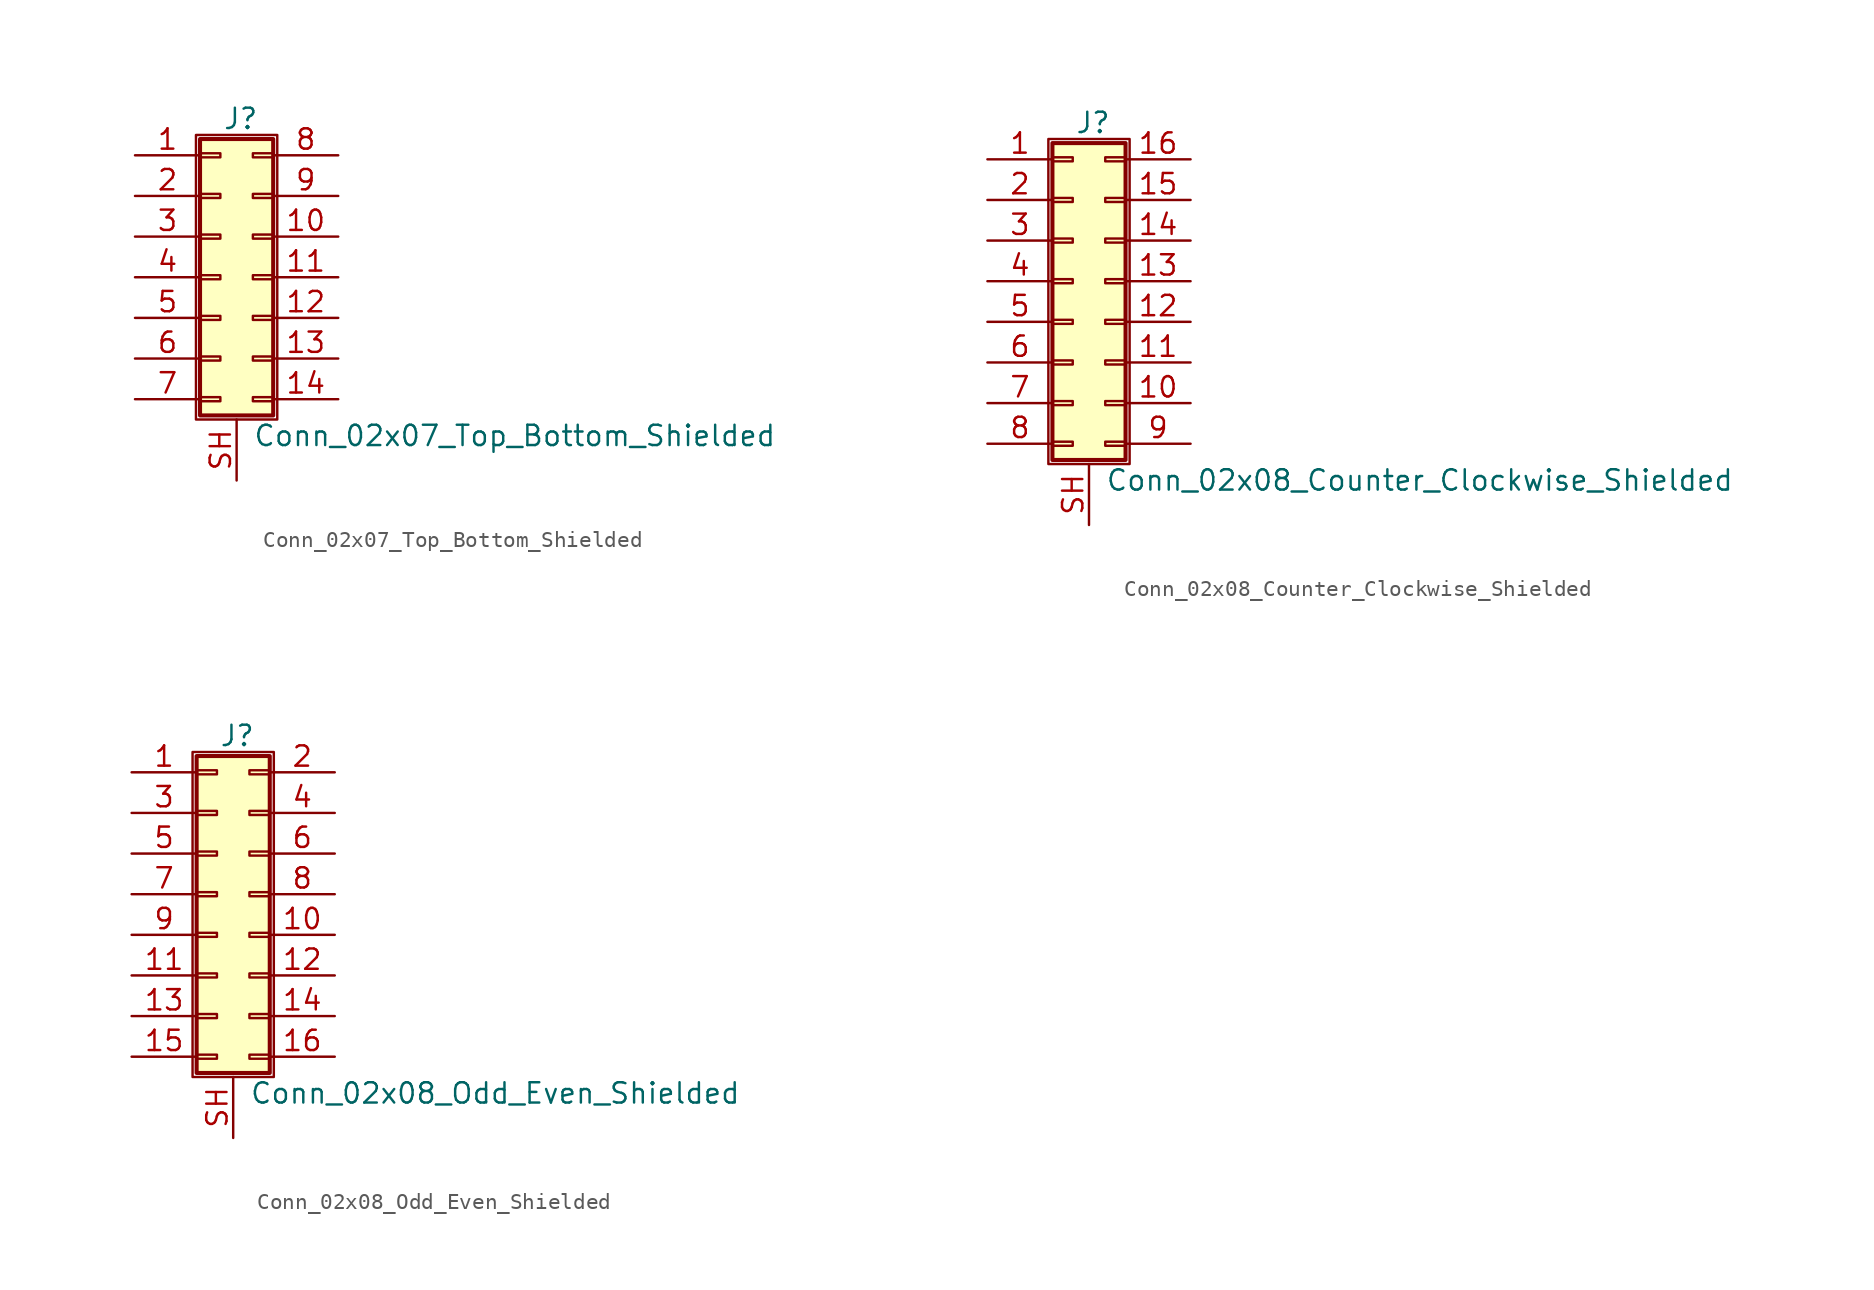
<source format=kicad_sym>
(kicad_symbol_lib
  (version 20201005)
  (generator kicad_symbol_editor)
  (symbol "Conn_02x07_Top_Bottom_Shielded"
    (pin_names
      (offset 1.016) hide)
    (property "Reference" "J"
      (at 1.524 9.906 0)
      (effects (font (size 1.27 1.27))))
    (property "Value" "Conn_02x07_Top_Bottom_Shielded"
      (at 2.286 -9.906 0)
      (effects (font (size 1.27 1.27)) (justify left)))
    (symbol "Conn_02x07_Top_Bottom_Shielded_1_1"
      (rectangle (start -1.27 8.89) (end 3.81 -8.89) (stroke (width 0.152)) (fill (type none)))
      (rectangle (start -1.016 -7.493) (end 0.254 -7.747) (stroke (width 0.152)) (fill (type none)))
      (rectangle (start -1.016 -4.953) (end 0.254 -5.207) (stroke (width 0.152)) (fill (type none)))
      (rectangle (start -1.016 -2.413) (end 0.254 -2.667) (stroke (width 0.152)) (fill (type none)))
      (rectangle (start -1.016 0.127) (end 0.254 -0.127) (stroke (width 0.152)) (fill (type none)))
      (rectangle (start -1.016 2.667) (end 0.254 2.413) (stroke (width 0.152)) (fill (type none)))
      (rectangle (start -1.016 5.207) (end 0.254 4.953) (stroke (width 0.152)) (fill (type none)))
      (rectangle (start -1.016 7.747) (end 0.254 7.493) (stroke (width 0.152)) (fill (type none)))
      (rectangle (start 3.556 -7.493) (end 2.286 -7.747) (stroke (width 0.152)) (fill (type none)))
      (rectangle (start 3.556 -4.953) (end 2.286 -5.207) (stroke (width 0.152)) (fill (type none)))
      (rectangle (start 3.556 -2.413) (end 2.286 -2.667) (stroke (width 0.152)) (fill (type none)))
      (rectangle (start 3.556 0.127) (end 2.286 -0.127) (stroke (width 0.152)) (fill (type none)))
      (rectangle (start 3.556 2.667) (end 2.286 2.413) (stroke (width 0.152)) (fill (type none)))
      (rectangle (start 3.556 5.207) (end 2.286 4.953) (stroke (width 0.152)) (fill (type none)))
      (rectangle (start 3.556 7.747) (end 2.286 7.493) (stroke (width 0.152)) (fill (type none)))
      (rectangle (start -1.016 8.636) (end 3.556 -8.636) (stroke (width 0.254)) (fill (type background)))
      (pin passive line (at -5.08 7.62 0) (length 4.064) (name "Pin_1" (effects (font (size 1.27 1.27)))) (number "1" (effects (font (size 1.27 1.27)))))
      (pin passive line (at 7.62 2.54 180) (length 4.064) (name "Pin_10" (effects (font (size 1.27 1.27)))) (number "10" (effects (font (size 1.27 1.27)))))
      (pin passive line (at 7.62 0 180) (length 4.064) (name "Pin_11" (effects (font (size 1.27 1.27)))) (number "11" (effects (font (size 1.27 1.27)))))
      (pin passive line (at 7.62 -2.54 180) (length 4.064) (name "Pin_12" (effects (font (size 1.27 1.27)))) (number "12" (effects (font (size 1.27 1.27)))))
      (pin passive line (at 7.62 -5.08 180) (length 4.064) (name "Pin_13" (effects (font (size 1.27 1.27)))) (number "13" (effects (font (size 1.27 1.27)))))
      (pin passive line (at 7.62 -7.62 180) (length 4.064) (name "Pin_14" (effects (font (size 1.27 1.27)))) (number "14" (effects (font (size 1.27 1.27)))))
      (pin passive line (at -5.08 5.08 0) (length 4.064) (name "Pin_2" (effects (font (size 1.27 1.27)))) (number "2" (effects (font (size 1.27 1.27)))))
      (pin passive line (at -5.08 2.54 0) (length 4.064) (name "Pin_3" (effects (font (size 1.27 1.27)))) (number "3" (effects (font (size 1.27 1.27)))))
      (pin passive line (at -5.08 0 0) (length 4.064) (name "Pin_4" (effects (font (size 1.27 1.27)))) (number "4" (effects (font (size 1.27 1.27)))))
      (pin passive line (at -5.08 -2.54 0) (length 4.064) (name "Pin_5" (effects (font (size 1.27 1.27)))) (number "5" (effects (font (size 1.27 1.27)))))
      (pin passive line (at -5.08 -5.08 0) (length 4.064) (name "Pin_6" (effects (font (size 1.27 1.27)))) (number "6" (effects (font (size 1.27 1.27)))))
      (pin passive line (at -5.08 -7.62 0) (length 4.064) (name "Pin_7" (effects (font (size 1.27 1.27)))) (number "7" (effects (font (size 1.27 1.27)))))
      (pin passive line (at 7.62 7.62 180) (length 4.064) (name "Pin_8" (effects (font (size 1.27 1.27)))) (number "8" (effects (font (size 1.27 1.27)))))
      (pin passive line (at 7.62 5.08 180) (length 4.064) (name "Pin_9" (effects (font (size 1.27 1.27)))) (number "9" (effects (font (size 1.27 1.27)))))
      (pin passive line (at 1.27 -12.7 90) (length 3.81) (name "Shield" (effects (font (size 1.27 1.27)))) (number "SH" (effects (font (size 1.27 1.27)))))))
  (symbol "Conn_02x08_Counter_Clockwise_Shielded"
    (pin_names
      (offset 1.016) hide)
    (property "Reference" "J"
      (at 1.524 9.906 0)
      (effects (font (size 1.27 1.27))))
    (property "Value" "Conn_02x08_Counter_Clockwise_Shielded"
      (at 2.286 -12.446 0)
      (effects (font (size 1.27 1.27)) (justify left)))
    (symbol "Conn_02x08_Counter_Clockwise_Shielded_1_1"
      (rectangle (start -1.27 8.89) (end 3.81 -11.43) (stroke (width 0.152)) (fill (type none)))
      (rectangle (start -1.016 -10.033) (end 0.254 -10.287) (stroke (width 0.152)) (fill (type none)))
      (rectangle (start -1.016 -7.493) (end 0.254 -7.747) (stroke (width 0.152)) (fill (type none)))
      (rectangle (start -1.016 -4.953) (end 0.254 -5.207) (stroke (width 0.152)) (fill (type none)))
      (rectangle (start -1.016 -2.413) (end 0.254 -2.667) (stroke (width 0.152)) (fill (type none)))
      (rectangle (start -1.016 0.127) (end 0.254 -0.127) (stroke (width 0.152)) (fill (type none)))
      (rectangle (start -1.016 2.667) (end 0.254 2.413) (stroke (width 0.152)) (fill (type none)))
      (rectangle (start -1.016 5.207) (end 0.254 4.953) (stroke (width 0.152)) (fill (type none)))
      (rectangle (start -1.016 7.747) (end 0.254 7.493) (stroke (width 0.152)) (fill (type none)))
      (rectangle (start 3.556 -10.033) (end 2.286 -10.287) (stroke (width 0.152)) (fill (type none)))
      (rectangle (start 3.556 -7.493) (end 2.286 -7.747) (stroke (width 0.152)) (fill (type none)))
      (rectangle (start 3.556 -4.953) (end 2.286 -5.207) (stroke (width 0.152)) (fill (type none)))
      (rectangle (start 3.556 -2.413) (end 2.286 -2.667) (stroke (width 0.152)) (fill (type none)))
      (rectangle (start 3.556 0.127) (end 2.286 -0.127) (stroke (width 0.152)) (fill (type none)))
      (rectangle (start 3.556 2.667) (end 2.286 2.413) (stroke (width 0.152)) (fill (type none)))
      (rectangle (start 3.556 5.207) (end 2.286 4.953) (stroke (width 0.152)) (fill (type none)))
      (rectangle (start 3.556 7.747) (end 2.286 7.493) (stroke (width 0.152)) (fill (type none)))
      (rectangle (start -1.016 8.636) (end 3.556 -11.176) (stroke (width 0.254)) (fill (type background)))
      (pin passive line (at -5.08 7.62 0) (length 4.064) (name "Pin_1" (effects (font (size 1.27 1.27)))) (number "1" (effects (font (size 1.27 1.27)))))
      (pin passive line (at 7.62 -7.62 180) (length 4.064) (name "Pin_10" (effects (font (size 1.27 1.27)))) (number "10" (effects (font (size 1.27 1.27)))))
      (pin passive line (at 7.62 -5.08 180) (length 4.064) (name "Pin_11" (effects (font (size 1.27 1.27)))) (number "11" (effects (font (size 1.27 1.27)))))
      (pin passive line (at 7.62 -2.54 180) (length 4.064) (name "Pin_12" (effects (font (size 1.27 1.27)))) (number "12" (effects (font (size 1.27 1.27)))))
      (pin passive line (at 7.62 0 180) (length 4.064) (name "Pin_13" (effects (font (size 1.27 1.27)))) (number "13" (effects (font (size 1.27 1.27)))))
      (pin passive line (at 7.62 2.54 180) (length 4.064) (name "Pin_14" (effects (font (size 1.27 1.27)))) (number "14" (effects (font (size 1.27 1.27)))))
      (pin passive line (at 7.62 5.08 180) (length 4.064) (name "Pin_15" (effects (font (size 1.27 1.27)))) (number "15" (effects (font (size 1.27 1.27)))))
      (pin passive line (at 7.62 7.62 180) (length 4.064) (name "Pin_16" (effects (font (size 1.27 1.27)))) (number "16" (effects (font (size 1.27 1.27)))))
      (pin passive line (at -5.08 5.08 0) (length 4.064) (name "Pin_2" (effects (font (size 1.27 1.27)))) (number "2" (effects (font (size 1.27 1.27)))))
      (pin passive line (at -5.08 2.54 0) (length 4.064) (name "Pin_3" (effects (font (size 1.27 1.27)))) (number "3" (effects (font (size 1.27 1.27)))))
      (pin passive line (at -5.08 0 0) (length 4.064) (name "Pin_4" (effects (font (size 1.27 1.27)))) (number "4" (effects (font (size 1.27 1.27)))))
      (pin passive line (at -5.08 -2.54 0) (length 4.064) (name "Pin_5" (effects (font (size 1.27 1.27)))) (number "5" (effects (font (size 1.27 1.27)))))
      (pin passive line (at -5.08 -5.08 0) (length 4.064) (name "Pin_6" (effects (font (size 1.27 1.27)))) (number "6" (effects (font (size 1.27 1.27)))))
      (pin passive line (at -5.08 -7.62 0) (length 4.064) (name "Pin_7" (effects (font (size 1.27 1.27)))) (number "7" (effects (font (size 1.27 1.27)))))
      (pin passive line (at -5.08 -10.16 0) (length 4.064) (name "Pin_8" (effects (font (size 1.27 1.27)))) (number "8" (effects (font (size 1.27 1.27)))))
      (pin passive line (at 7.62 -10.16 180) (length 4.064) (name "Pin_9" (effects (font (size 1.27 1.27)))) (number "9" (effects (font (size 1.27 1.27)))))
      (pin passive line (at 1.27 -15.24 90) (length 3.81) (name "Shield" (effects (font (size 1.27 1.27)))) (number "SH" (effects (font (size 1.27 1.27)))))))
  (symbol "Conn_02x08_Odd_Even_Shielded"
    (pin_names
      (offset 1.016) hide)
    (property "Reference" "J"
      (at 1.524 9.906 0)
      (effects (font (size 1.27 1.27))))
    (property "Value" "Conn_02x08_Odd_Even_Shielded"
      (at 2.286 -12.446 0)
      (effects (font (size 1.27 1.27)) (justify left)))
    (symbol "Conn_02x08_Odd_Even_Shielded_1_1"
      (rectangle (start -1.27 8.89) (end 3.81 -11.43) (stroke (width 0.152)) (fill (type none)))
      (rectangle (start -1.016 -10.033) (end 0.254 -10.287) (stroke (width 0.152)) (fill (type none)))
      (rectangle (start -1.016 -7.493) (end 0.254 -7.747) (stroke (width 0.152)) (fill (type none)))
      (rectangle (start -1.016 -4.953) (end 0.254 -5.207) (stroke (width 0.152)) (fill (type none)))
      (rectangle (start -1.016 -2.413) (end 0.254 -2.667) (stroke (width 0.152)) (fill (type none)))
      (rectangle (start -1.016 0.127) (end 0.254 -0.127) (stroke (width 0.152)) (fill (type none)))
      (rectangle (start -1.016 2.667) (end 0.254 2.413) (stroke (width 0.152)) (fill (type none)))
      (rectangle (start -1.016 5.207) (end 0.254 4.953) (stroke (width 0.152)) (fill (type none)))
      (rectangle (start -1.016 7.747) (end 0.254 7.493) (stroke (width 0.152)) (fill (type none)))
      (rectangle (start 3.556 -10.033) (end 2.286 -10.287) (stroke (width 0.152)) (fill (type none)))
      (rectangle (start 3.556 -7.493) (end 2.286 -7.747) (stroke (width 0.152)) (fill (type none)))
      (rectangle (start 3.556 -4.953) (end 2.286 -5.207) (stroke (width 0.152)) (fill (type none)))
      (rectangle (start 3.556 -2.413) (end 2.286 -2.667) (stroke (width 0.152)) (fill (type none)))
      (rectangle (start 3.556 0.127) (end 2.286 -0.127) (stroke (width 0.152)) (fill (type none)))
      (rectangle (start 3.556 2.667) (end 2.286 2.413) (stroke (width 0.152)) (fill (type none)))
      (rectangle (start 3.556 5.207) (end 2.286 4.953) (stroke (width 0.152)) (fill (type none)))
      (rectangle (start 3.556 7.747) (end 2.286 7.493) (stroke (width 0.152)) (fill (type none)))
      (rectangle (start -1.016 8.636) (end 3.556 -11.176) (stroke (width 0.254)) (fill (type background)))
      (pin passive line (at -5.08 7.62 0) (length 4.064) (name "Pin_1" (effects (font (size 1.27 1.27)))) (number "1" (effects (font (size 1.27 1.27)))))
      (pin passive line (at 7.62 -2.54 180) (length 4.064) (name "Pin_10" (effects (font (size 1.27 1.27)))) (number "10" (effects (font (size 1.27 1.27)))))
      (pin passive line (at -5.08 -5.08 0) (length 4.064) (name "Pin_11" (effects (font (size 1.27 1.27)))) (number "11" (effects (font (size 1.27 1.27)))))
      (pin passive line (at 7.62 -5.08 180) (length 4.064) (name "Pin_12" (effects (font (size 1.27 1.27)))) (number "12" (effects (font (size 1.27 1.27)))))
      (pin passive line (at -5.08 -7.62 0) (length 4.064) (name "Pin_13" (effects (font (size 1.27 1.27)))) (number "13" (effects (font (size 1.27 1.27)))))
      (pin passive line (at 7.62 -7.62 180) (length 4.064) (name "Pin_14" (effects (font (size 1.27 1.27)))) (number "14" (effects (font (size 1.27 1.27)))))
      (pin passive line (at -5.08 -10.16 0) (length 4.064) (name "Pin_15" (effects (font (size 1.27 1.27)))) (number "15" (effects (font (size 1.27 1.27)))))
      (pin passive line (at 7.62 -10.16 180) (length 4.064) (name "Pin_16" (effects (font (size 1.27 1.27)))) (number "16" (effects (font (size 1.27 1.27)))))
      (pin passive line (at 7.62 7.62 180) (length 4.064) (name "Pin_2" (effects (font (size 1.27 1.27)))) (number "2" (effects (font (size 1.27 1.27)))))
      (pin passive line (at -5.08 5.08 0) (length 4.064) (name "Pin_3" (effects (font (size 1.27 1.27)))) (number "3" (effects (font (size 1.27 1.27)))))
      (pin passive line (at 7.62 5.08 180) (length 4.064) (name "Pin_4" (effects (font (size 1.27 1.27)))) (number "4" (effects (font (size 1.27 1.27)))))
      (pin passive line (at -5.08 2.54 0) (length 4.064) (name "Pin_5" (effects (font (size 1.27 1.27)))) (number "5" (effects (font (size 1.27 1.27)))))
      (pin passive line (at 7.62 2.54 180) (length 4.064) (name "Pin_6" (effects (font (size 1.27 1.27)))) (number "6" (effects (font (size 1.27 1.27)))))
      (pin passive line (at -5.08 0 0) (length 4.064) (name "Pin_7" (effects (font (size 1.27 1.27)))) (number "7" (effects (font (size 1.27 1.27)))))
      (pin passive line (at 7.62 0 180) (length 4.064) (name "Pin_8" (effects (font (size 1.27 1.27)))) (number "8" (effects (font (size 1.27 1.27)))))
      (pin passive line (at -5.08 -2.54 0) (length 4.064) (name "Pin_9" (effects (font (size 1.27 1.27)))) (number "9" (effects (font (size 1.27 1.27)))))
      (pin passive line (at 1.27 -15.24 90) (length 3.81) (name "Shield" (effects (font (size 1.27 1.27)))) (number "SH" (effects (font (size 1.27 1.27))))))))
</source>
